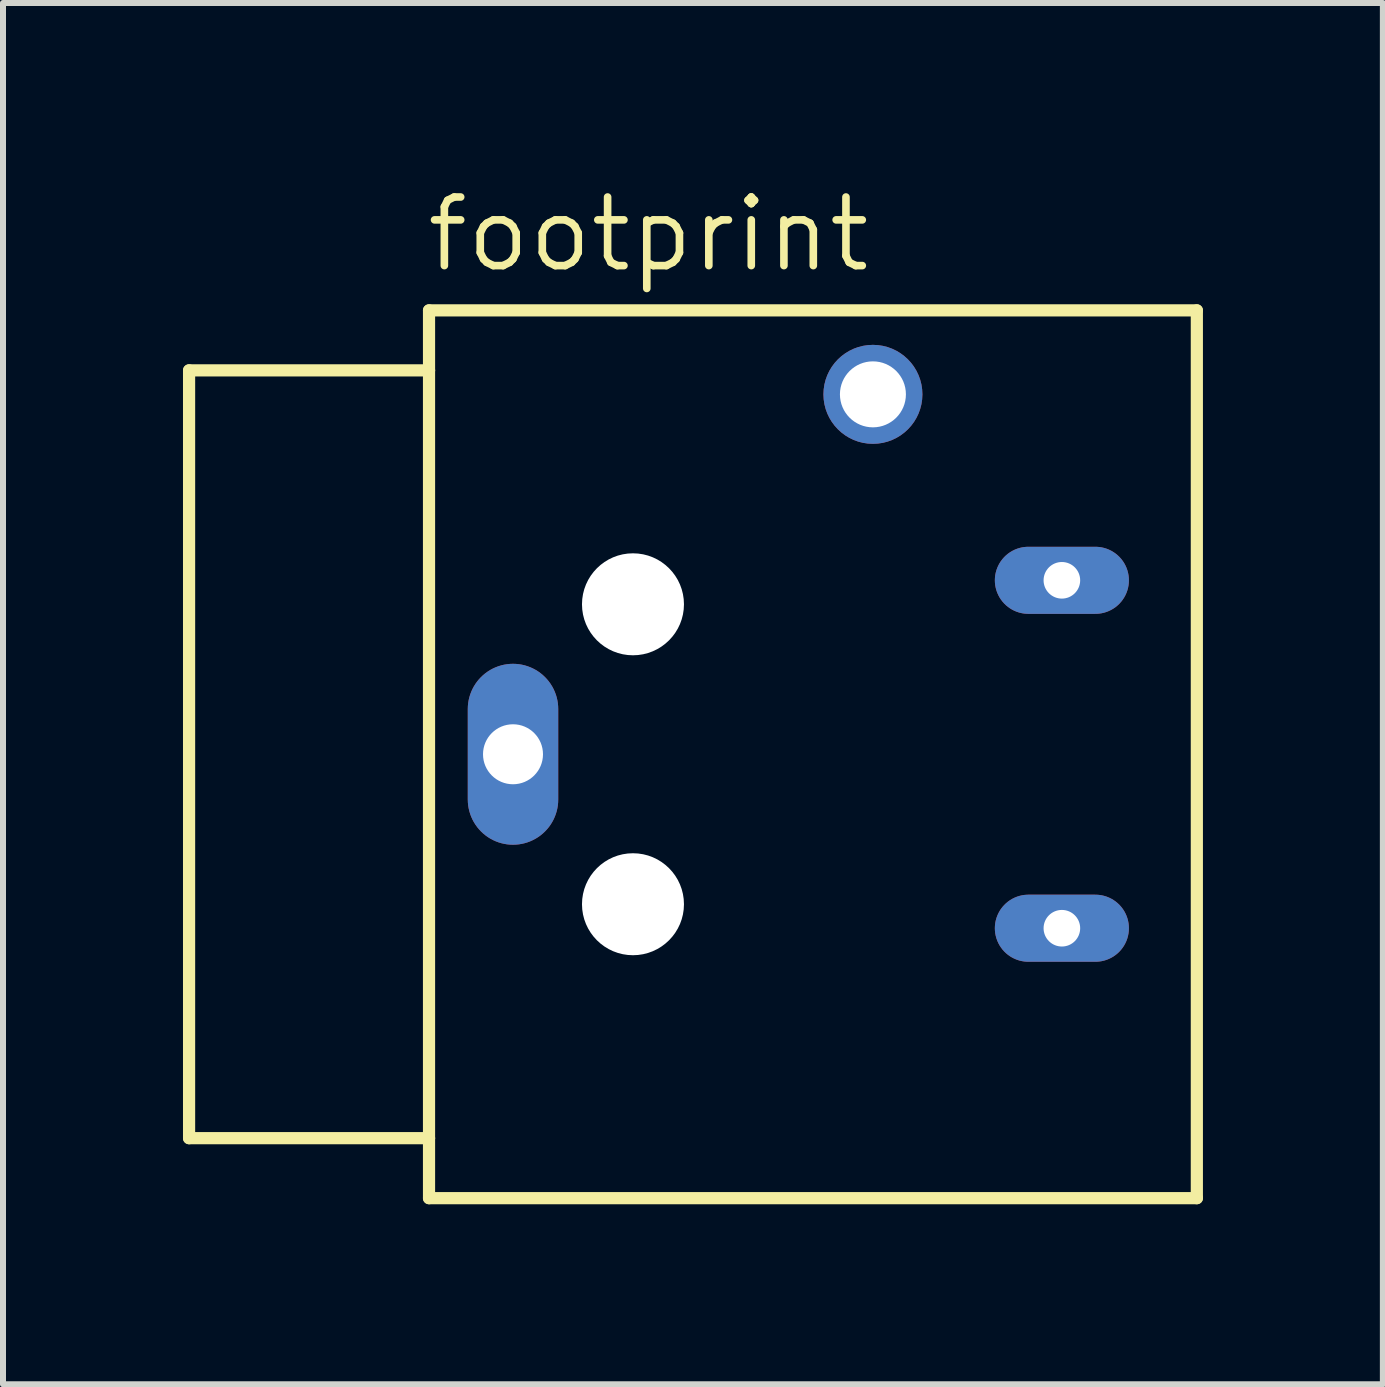
<source format=kicad_pcb>
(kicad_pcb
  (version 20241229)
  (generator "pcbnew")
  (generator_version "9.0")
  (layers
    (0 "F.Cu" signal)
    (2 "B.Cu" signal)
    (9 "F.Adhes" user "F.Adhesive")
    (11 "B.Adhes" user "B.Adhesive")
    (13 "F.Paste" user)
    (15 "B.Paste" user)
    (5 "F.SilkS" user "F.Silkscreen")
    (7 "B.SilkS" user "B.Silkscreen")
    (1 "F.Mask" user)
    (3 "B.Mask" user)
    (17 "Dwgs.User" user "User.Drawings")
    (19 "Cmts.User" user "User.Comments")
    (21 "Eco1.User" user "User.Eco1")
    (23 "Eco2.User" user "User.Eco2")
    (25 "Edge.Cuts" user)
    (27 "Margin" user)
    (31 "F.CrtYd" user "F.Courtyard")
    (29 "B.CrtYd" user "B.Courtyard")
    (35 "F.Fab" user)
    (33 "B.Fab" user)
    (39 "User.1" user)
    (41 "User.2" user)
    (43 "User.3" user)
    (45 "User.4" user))
  (footprint "footprint"
    (layer "F.Cu")
    (at 11.002 9.524)
    (property "Reference" "footprint" (at -7 -8 0) (layer "F.SilkS") (effects (font (size 1.143 1.143) (thickness 0.127)) (justify left bottom)))
    (fp_line (start -10.9 -6.4) (end -6.9 -6.4) (stroke (width 0.203) (type solid)) (layer "F.SilkS"))
    (fp_line (start -10.9 6.4) (end -10.9 -6.4) (stroke (width 0.203) (type solid)) (layer "F.SilkS"))
    (fp_line (start -6.9 -7.4) (end 5.9 -7.4) (stroke (width 0.203) (type solid)) (layer "F.SilkS"))
    (fp_line (start -6.9 -6.4) (end -6.9 -7.4) (stroke (width 0.203) (type solid)) (layer "F.SilkS"))
    (fp_line (start -6.9 6.4) (end -10.9 6.4) (stroke (width 0.203) (type solid)) (layer "F.SilkS"))
    (fp_line (start -6.9 6.4) (end -6.9 -6.4) (stroke (width 0.203) (type solid)) (layer "F.SilkS"))
    (fp_line (start -6.9 7.4) (end -6.9 6.4) (stroke (width 0.203) (type solid)) (layer "F.SilkS"))
    (fp_line (start 5.9 -7.4) (end 5.9 7.4) (stroke (width 0.203) (type solid)) (layer "F.SilkS"))
    (fp_line (start 5.9 7.4) (end -6.9 7.4) (stroke (width 0.203) (type solid)) (layer "F.SilkS"))
    (pad "" np_thru_hole circle (at -3.5 -2.5) (size 1.7 1.7) (drill 1.7) (layers "*.Cu" "*.Mask"))
    (pad "" np_thru_hole circle (at -3.5 2.5) (size 1.7 1.7) (drill 1.7) (layers "*.Cu" "*.Mask"))
    (pad "1" thru_hole oval (at 3.65 2.9) (size 2.235 1.118) (drill 0.61) (layers "*.Cu" "*.Mask"))
    (pad "2" thru_hole oval (at 3.65 -2.9) (size 2.235 1.118) (drill 0.61) (layers "*.Cu" "*.Mask"))
    (pad "3" thru_hole circle (at 0.5 -6) (size 1.65 1.65) (drill 1.1) (layers "*.Cu" "*.Mask"))
    (pad "S" thru_hole oval (at -5.5 0 90) (size 3.016 1.508) (drill 1) (layers "*.Cu" "*.Mask")))
  (gr_rect
    (start -3 -3)
    (end 20.003 20.026)
    (stroke (width 0.1) (type default))
    (fill no)
    (layer "Edge.Cuts")))
</source>
